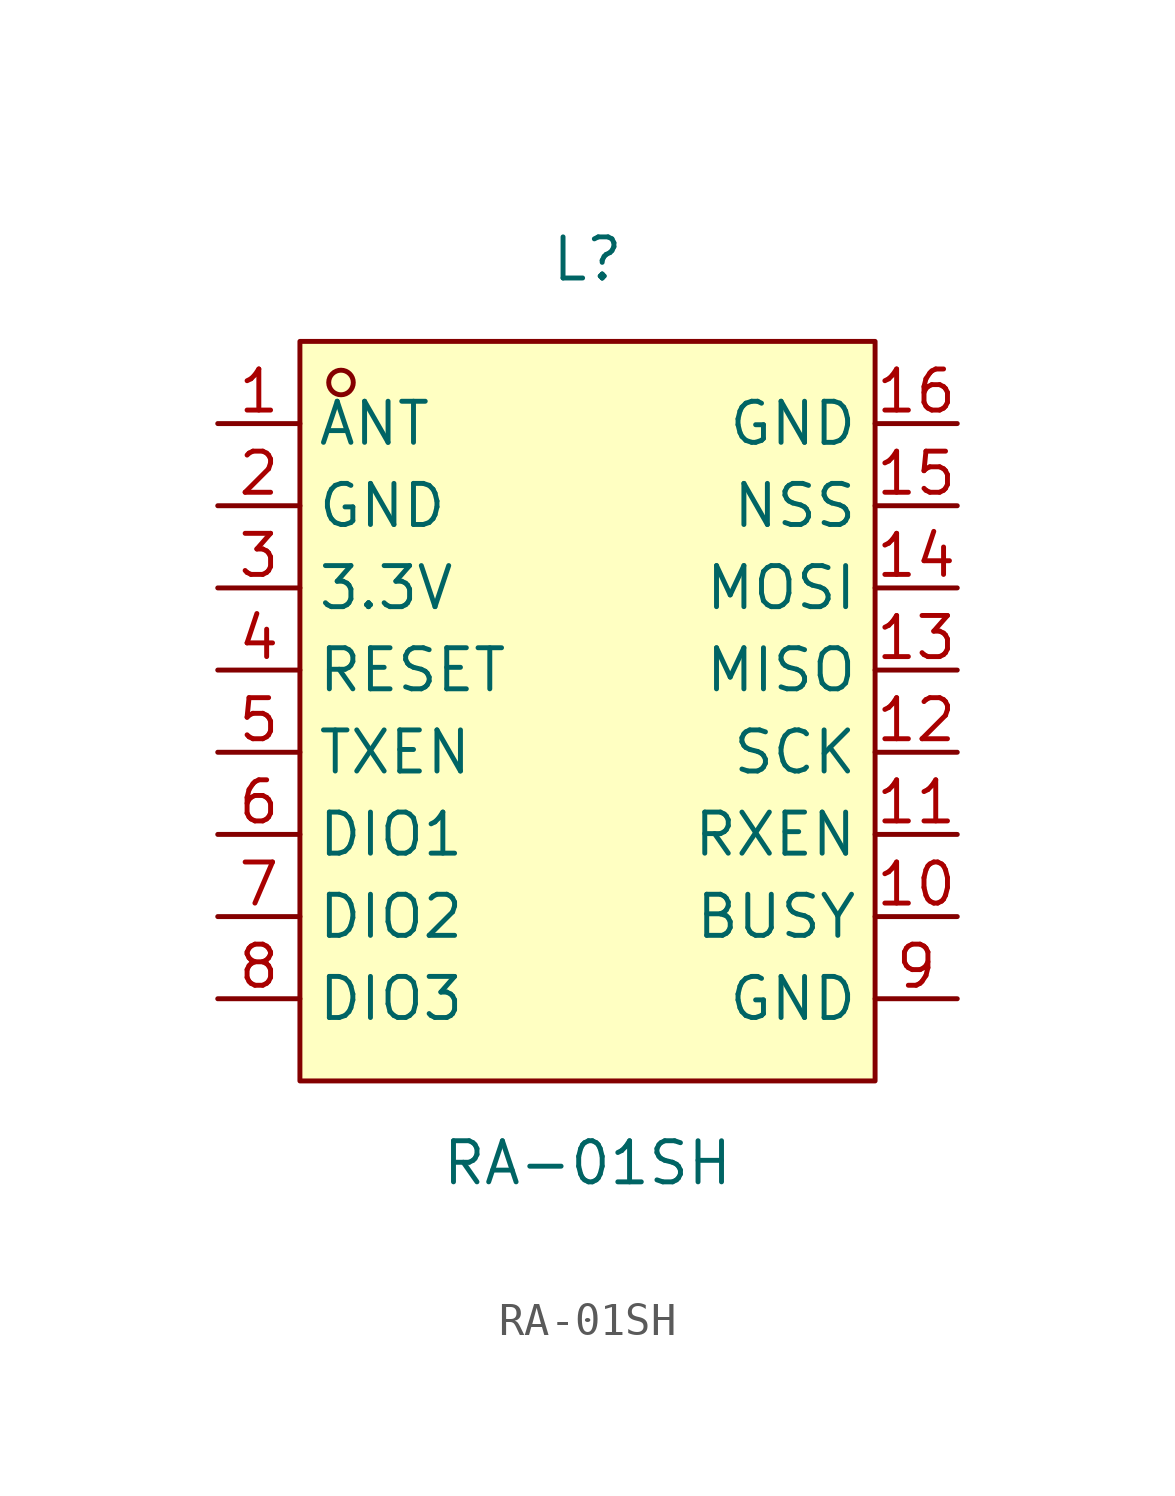
<source format=kicad_sym>
(kicad_symbol_lib
  (version 20211014)
  (generator https://github.com/uPesy/easyeda2kicad.py)
  (symbol "RA-01SH"
    (property "Reference" "L"
      (at 0 13.97 0)
      (effects (font (size 1.27 1.27))))
    (property "Value" "RA-01SH"
      (at 0 -13.97 0)
      (effects (font (size 1.27 1.27))))
    (symbol "RA-01SH_0_1"
      (rectangle (start -8.89 11.43) (end 8.89 -11.43) (stroke (width 0) (type default) (color 0 0 0 0)) (fill (type background)))
      (circle (center -7.62 10.16) (radius 0.38) (stroke (width 0) (type default) (color 0 0 0 0)) (fill (type none)))
      (pin unspecified line (at -11.43 8.89 0) (length 2.54) (name "ANT" (effects (font (size 1.27 1.27)))) (number "1" (effects (font (size 1.27 1.27)))))
      (pin unspecified line (at -11.43 6.35 0) (length 2.54) (name "GND" (effects (font (size 1.27 1.27)))) (number "2" (effects (font (size 1.27 1.27)))))
      (pin unspecified line (at -11.43 3.81 0) (length 2.54) (name "3.3V" (effects (font (size 1.27 1.27)))) (number "3" (effects (font (size 1.27 1.27)))))
      (pin unspecified line (at -11.43 1.27 0) (length 2.54) (name "RESET" (effects (font (size 1.27 1.27)))) (number "4" (effects (font (size 1.27 1.27)))))
      (pin unspecified line (at -11.43 -1.27 0) (length 2.54) (name "TXEN" (effects (font (size 1.27 1.27)))) (number "5" (effects (font (size 1.27 1.27)))))
      (pin unspecified line (at -11.43 -3.81 0) (length 2.54) (name "DIO1" (effects (font (size 1.27 1.27)))) (number "6" (effects (font (size 1.27 1.27)))))
      (pin unspecified line (at -11.43 -6.35 0) (length 2.54) (name "DIO2" (effects (font (size 1.27 1.27)))) (number "7" (effects (font (size 1.27 1.27)))))
      (pin unspecified line (at -11.43 -8.89 0) (length 2.54) (name "DIO3" (effects (font (size 1.27 1.27)))) (number "8" (effects (font (size 1.27 1.27)))))
      (pin unspecified line (at 11.43 -8.89 180) (length 2.54) (name "GND" (effects (font (size 1.27 1.27)))) (number "9" (effects (font (size 1.27 1.27)))))
      (pin unspecified line (at 11.43 -6.35 180) (length 2.54) (name "BUSY" (effects (font (size 1.27 1.27)))) (number "10" (effects (font (size 1.27 1.27)))))
      (pin unspecified line (at 11.43 -3.81 180) (length 2.54) (name "RXEN" (effects (font (size 1.27 1.27)))) (number "11" (effects (font (size 1.27 1.27)))))
      (pin unspecified line (at 11.43 -1.27 180) (length 2.54) (name "SCK" (effects (font (size 1.27 1.27)))) (number "12" (effects (font (size 1.27 1.27)))))
      (pin unspecified line (at 11.43 1.27 180) (length 2.54) (name "MISO" (effects (font (size 1.27 1.27)))) (number "13" (effects (font (size 1.27 1.27)))))
      (pin unspecified line (at 11.43 3.81 180) (length 2.54) (name "MOSI" (effects (font (size 1.27 1.27)))) (number "14" (effects (font (size 1.27 1.27)))))
      (pin unspecified line (at 11.43 6.35 180) (length 2.54) (name "NSS" (effects (font (size 1.27 1.27)))) (number "15" (effects (font (size 1.27 1.27)))))
      (pin unspecified line (at 11.43 8.89 180) (length 2.54) (name "GND" (effects (font (size 1.27 1.27)))) (number "16" (effects (font (size 1.27 1.27))))))))
</source>
